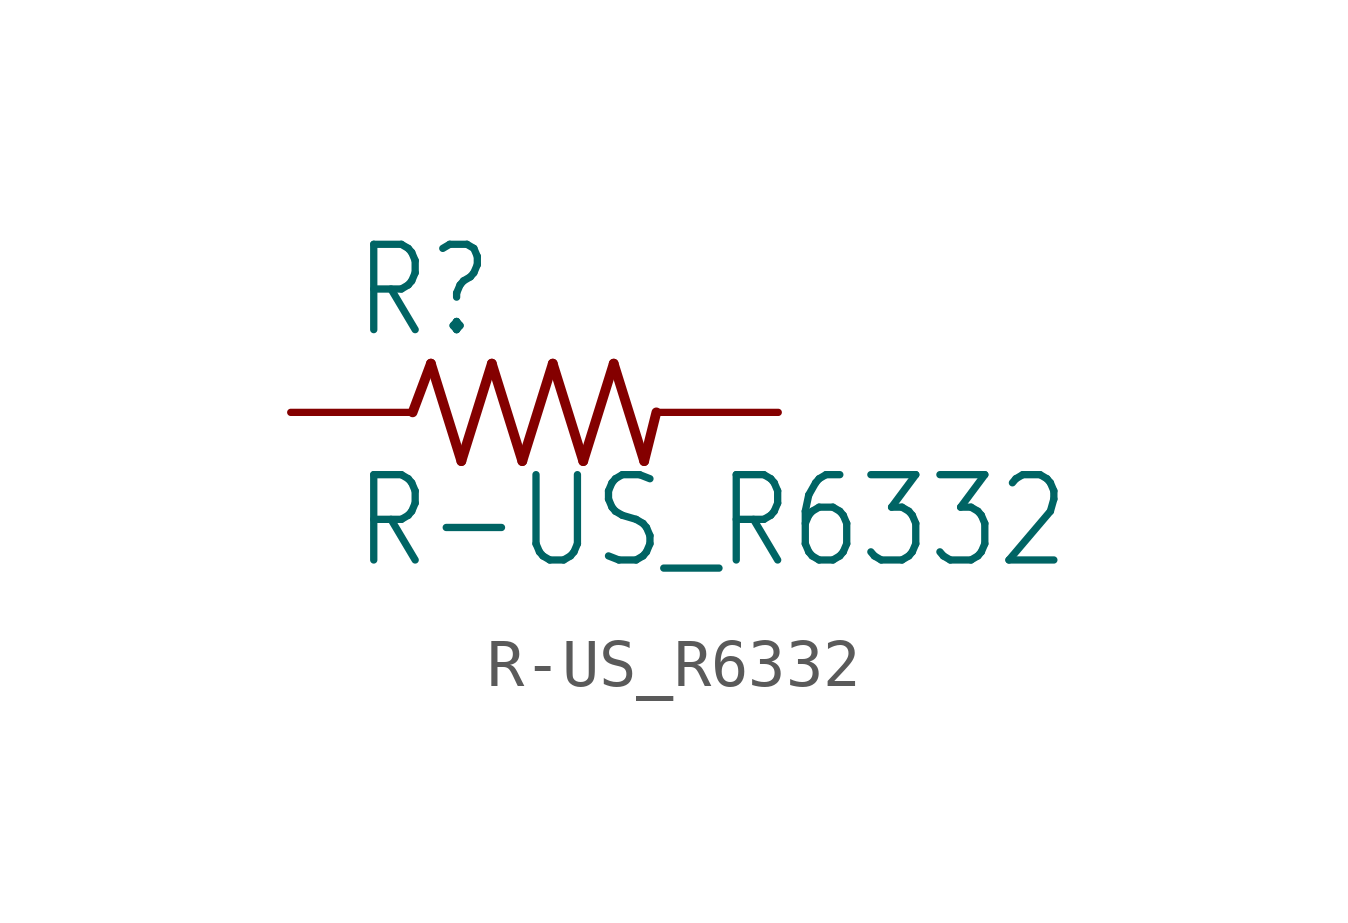
<source format=kicad_sym>
(kicad_symbol_lib
  (version 20201005)
  (generator kicad_symbol_editor)
  (symbol "R-US_R6332"
    (property "Reference" "R"
      (at -3.81 1.499 0)
      (effects (font (size 1.778 1.511)) (justify left bottom)))
    (property "Value" "R-US_R6332"
      (at -3.81 -3.302 0)
      (effects (font (size 1.778 1.511)) (justify left bottom)))
    (property "ki_locked" ""
      (at 0 0 0)
      (effects (font (size 1.27 1.27))))
    (symbol "R-US_R6332_1_0"
      (polyline (pts (xy -2.54 0) (xy -2.159 1.016)) (stroke (width 0.203)) (fill (type none)))
      (polyline (pts (xy -2.159 1.016) (xy -1.524 -1.016)) (stroke (width 0.203)) (fill (type none)))
      (polyline (pts (xy -1.524 -1.016) (xy -0.889 1.016)) (stroke (width 0.203)) (fill (type none)))
      (polyline (pts (xy -0.889 1.016) (xy -0.254 -1.016)) (stroke (width 0.203)) (fill (type none)))
      (polyline (pts (xy -0.254 -1.016) (xy 0.381 1.016)) (stroke (width 0.203)) (fill (type none)))
      (polyline (pts (xy 0.381 1.016) (xy 1.016 -1.016)) (stroke (width 0.203)) (fill (type none)))
      (polyline (pts (xy 1.016 -1.016) (xy 1.651 1.016)) (stroke (width 0.203)) (fill (type none)))
      (polyline (pts (xy 1.651 1.016) (xy 2.286 -1.016)) (stroke (width 0.203)) (fill (type none)))
      (polyline (pts (xy 2.286 -1.016) (xy 2.54 0)) (stroke (width 0.203)) (fill (type none)))
      (pin passive line (at 5.08 0 180) (length 2.54) (name "2" (effects (font (size 0 0)))) (number "2" (effects (font (size 0 0)))))
      (pin passive line (at -5.08 0 0) (length 2.54) (name "1" (effects (font (size 0 0)))) (number "1" (effects (font (size 0 0))))))))
</source>
